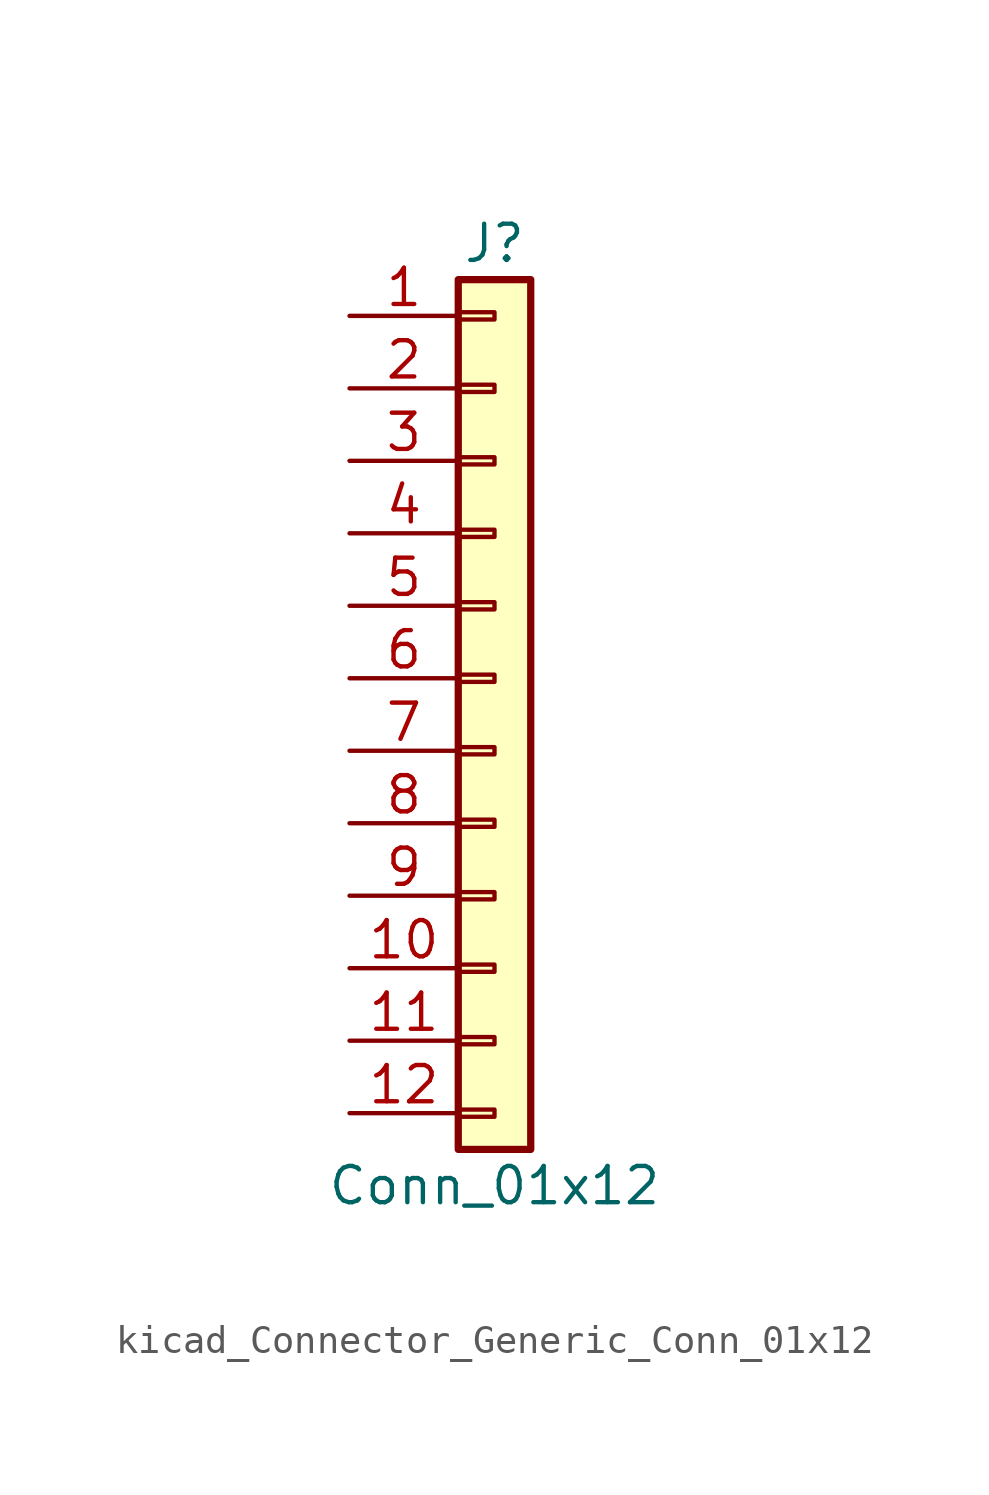
<source format=kicad_sym>
(kicad_symbol_lib
  (version 20220914)
  (generator kicad_symbol_editor)
  (symbol "kicad_Connector_Generic_Conn_01x12"
    (pin_names
      (offset 1.016) hide)
    (property "Reference" "J"
      (at 0 15.24 0)
      (effects (font (size 1.27 1.27))))
    (property "Value" "Conn_01x12"
      (at 0 -17.78 0)
      (effects (font (size 1.27 1.27))))
    (symbol "kicad_Connector_Generic_Conn_01x12_1_1"
      (rectangle (start -1.27 -15.113) (end 0 -15.367) (stroke (width 0.152) (type default)) (fill (type none)))
      (rectangle (start -1.27 -12.573) (end 0 -12.827) (stroke (width 0.152) (type default)) (fill (type none)))
      (rectangle (start -1.27 -10.033) (end 0 -10.287) (stroke (width 0.152) (type default)) (fill (type none)))
      (rectangle (start -1.27 -7.493) (end 0 -7.747) (stroke (width 0.152) (type default)) (fill (type none)))
      (rectangle (start -1.27 -4.953) (end 0 -5.207) (stroke (width 0.152) (type default)) (fill (type none)))
      (rectangle (start -1.27 -2.413) (end 0 -2.667) (stroke (width 0.152) (type default)) (fill (type none)))
      (rectangle (start -1.27 0.127) (end 0 -0.127) (stroke (width 0.152) (type default)) (fill (type none)))
      (rectangle (start -1.27 2.667) (end 0 2.413) (stroke (width 0.152) (type default)) (fill (type none)))
      (rectangle (start -1.27 5.207) (end 0 4.953) (stroke (width 0.152) (type default)) (fill (type none)))
      (rectangle (start -1.27 7.747) (end 0 7.493) (stroke (width 0.152) (type default)) (fill (type none)))
      (rectangle (start -1.27 10.287) (end 0 10.033) (stroke (width 0.152) (type default)) (fill (type none)))
      (rectangle (start -1.27 12.827) (end 0 12.573) (stroke (width 0.152) (type default)) (fill (type none)))
      (rectangle (start -1.27 13.97) (end 1.27 -16.51) (stroke (width 0.254) (type default)) (fill (type background)))
      (pin passive line (at -5.08 12.7 0) (length 3.81) (name "Pin_1" (effects (font (size 1.27 1.27)))) (number "1" (effects (font (size 1.27 1.27)))))
      (pin passive line (at -5.08 -10.16 0) (length 3.81) (name "Pin_10" (effects (font (size 1.27 1.27)))) (number "10" (effects (font (size 1.27 1.27)))))
      (pin passive line (at -5.08 -12.7 0) (length 3.81) (name "Pin_11" (effects (font (size 1.27 1.27)))) (number "11" (effects (font (size 1.27 1.27)))))
      (pin passive line (at -5.08 -15.24 0) (length 3.81) (name "Pin_12" (effects (font (size 1.27 1.27)))) (number "12" (effects (font (size 1.27 1.27)))))
      (pin passive line (at -5.08 10.16 0) (length 3.81) (name "Pin_2" (effects (font (size 1.27 1.27)))) (number "2" (effects (font (size 1.27 1.27)))))
      (pin passive line (at -5.08 7.62 0) (length 3.81) (name "Pin_3" (effects (font (size 1.27 1.27)))) (number "3" (effects (font (size 1.27 1.27)))))
      (pin passive line (at -5.08 5.08 0) (length 3.81) (name "Pin_4" (effects (font (size 1.27 1.27)))) (number "4" (effects (font (size 1.27 1.27)))))
      (pin passive line (at -5.08 2.54 0) (length 3.81) (name "Pin_5" (effects (font (size 1.27 1.27)))) (number "5" (effects (font (size 1.27 1.27)))))
      (pin passive line (at -5.08 0 0) (length 3.81) (name "Pin_6" (effects (font (size 1.27 1.27)))) (number "6" (effects (font (size 1.27 1.27)))))
      (pin passive line (at -5.08 -2.54 0) (length 3.81) (name "Pin_7" (effects (font (size 1.27 1.27)))) (number "7" (effects (font (size 1.27 1.27)))))
      (pin passive line (at -5.08 -5.08 0) (length 3.81) (name "Pin_8" (effects (font (size 1.27 1.27)))) (number "8" (effects (font (size 1.27 1.27)))))
      (pin passive line (at -5.08 -7.62 0) (length 3.81) (name "Pin_9" (effects (font (size 1.27 1.27)))) (number "9" (effects (font (size 1.27 1.27))))))))
</source>
